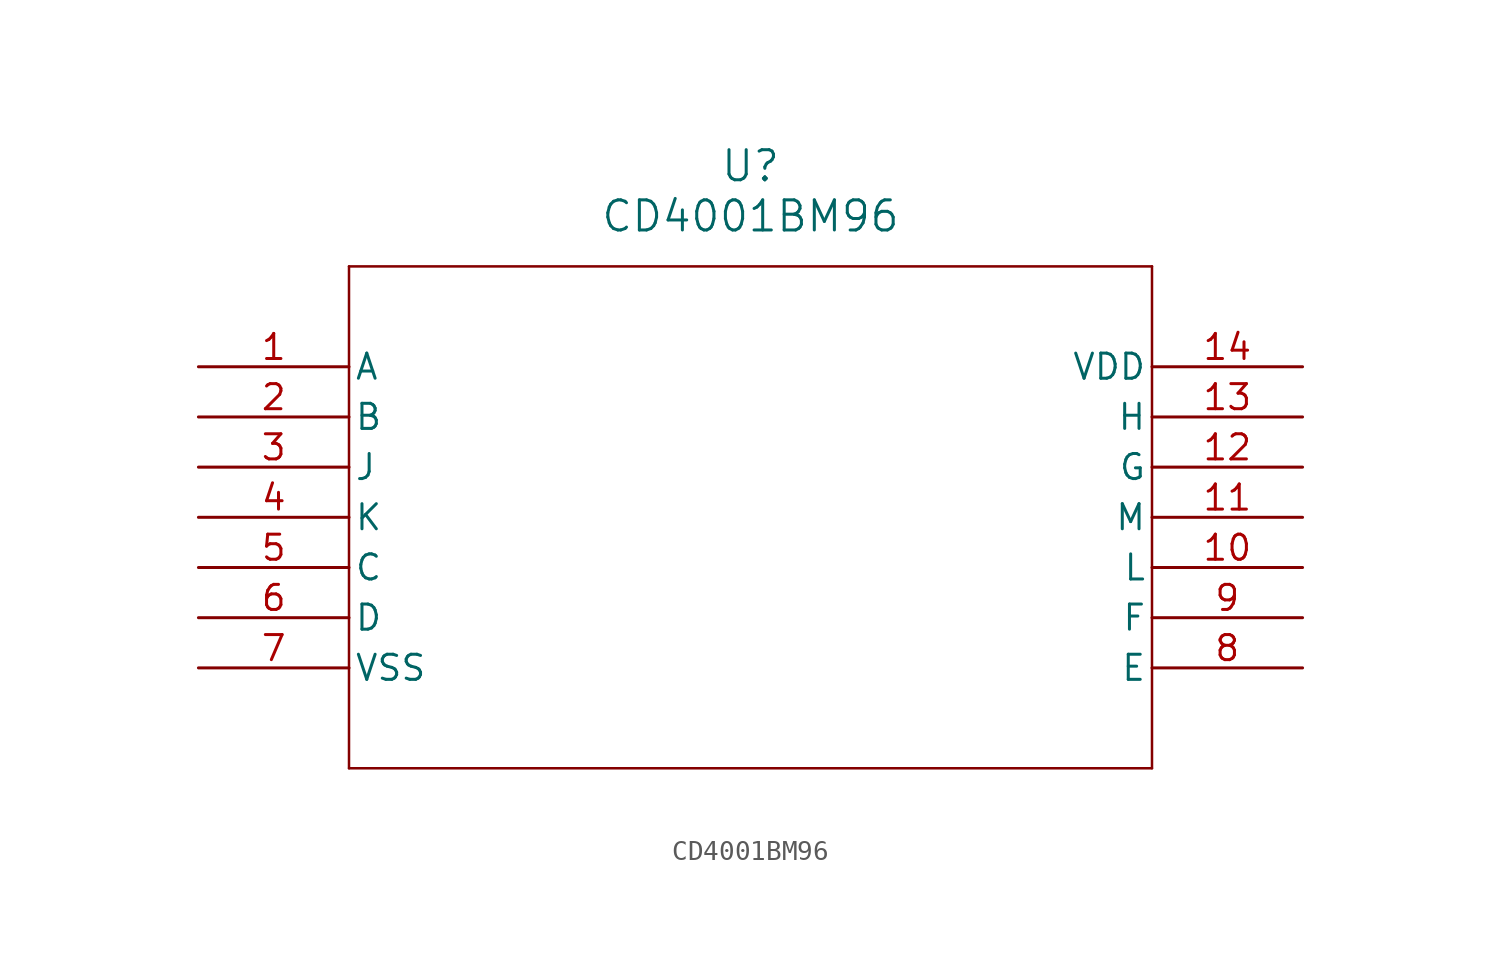
<source format=kicad_sym>
(kicad_symbol_lib
  (version 20211014)
  (generator kicad_symbol_editor)
  (symbol "CD4001BM96"
    (pin_names
      (offset 0.254))
    (property "Reference" "U"
      (at 27.94 10.16 0)
      (effects (font (size 1.524 1.524))))
    (property "Value" "CD4001BM96"
      (at 27.94 7.62 0)
      (effects (font (size 1.524 1.524))))
    (polyline
      (pts (xy 7.62 5.08) (xy 7.62 -20.32))
      (stroke (width 0.127) (type default) (color 0 0 0 0))
      (fill (type none)))
    (polyline
      (pts (xy 7.62 -20.32) (xy 48.26 -20.32))
      (stroke (width 0.127) (type default) (color 0 0 0 0))
      (fill (type none)))
    (polyline
      (pts (xy 48.26 -20.32) (xy 48.26 5.08))
      (stroke (width 0.127) (type default) (color 0 0 0 0))
      (fill (type none)))
    (polyline
      (pts (xy 48.26 5.08) (xy 7.62 5.08))
      (stroke (width 0.127) (type default) (color 0 0 0 0))
      (fill (type none)))
    (pin unspecified line
      (at 0 0 0)
      (length 7.62)
      (name "A" (effects (font (size 1.27 1.27))))
      (number "1" (effects (font (size 1.27 1.27)))))
    (pin unspecified line
      (at 0 -2.54 0)
      (length 7.62)
      (name "B" (effects (font (size 1.27 1.27))))
      (number "2" (effects (font (size 1.27 1.27)))))
    (pin unspecified line
      (at 0 -5.08 0)
      (length 7.62)
      (name "J" (effects (font (size 1.27 1.27))))
      (number "3" (effects (font (size 1.27 1.27)))))
    (pin unspecified line
      (at 0 -7.62 0)
      (length 7.62)
      (name "K" (effects (font (size 1.27 1.27))))
      (number "4" (effects (font (size 1.27 1.27)))))
    (pin unspecified line
      (at 0 -10.16 0)
      (length 7.62)
      (name "C" (effects (font (size 1.27 1.27))))
      (number "5" (effects (font (size 1.27 1.27)))))
    (pin unspecified line
      (at 0 -12.7 0)
      (length 7.62)
      (name "D" (effects (font (size 1.27 1.27))))
      (number "6" (effects (font (size 1.27 1.27)))))
    (pin power_in line
      (at 0 -15.24 0)
      (length 7.62)
      (name "VSS" (effects (font (size 1.27 1.27))))
      (number "7" (effects (font (size 1.27 1.27)))))
    (pin unspecified line
      (at 55.88 -15.24 180)
      (length 7.62)
      (name "E" (effects (font (size 1.27 1.27))))
      (number "8" (effects (font (size 1.27 1.27)))))
    (pin unspecified line
      (at 55.88 -12.7 180)
      (length 7.62)
      (name "F" (effects (font (size 1.27 1.27))))
      (number "9" (effects (font (size 1.27 1.27)))))
    (pin unspecified line
      (at 55.88 -10.16 180)
      (length 7.62)
      (name "L" (effects (font (size 1.27 1.27))))
      (number "10" (effects (font (size 1.27 1.27)))))
    (pin unspecified line
      (at 55.88 -7.62 180)
      (length 7.62)
      (name "M" (effects (font (size 1.27 1.27))))
      (number "11" (effects (font (size 1.27 1.27)))))
    (pin unspecified line
      (at 55.88 -5.08 180)
      (length 7.62)
      (name "G" (effects (font (size 1.27 1.27))))
      (number "12" (effects (font (size 1.27 1.27)))))
    (pin unspecified line
      (at 55.88 -2.54 180)
      (length 7.62)
      (name "H" (effects (font (size 1.27 1.27))))
      (number "13" (effects (font (size 1.27 1.27)))))
    (pin power_in line
      (at 55.88 0 180)
      (length 7.62)
      (name "VDD" (effects (font (size 1.27 1.27))))
      (number "14" (effects (font (size 1.27 1.27)))))))
</source>
